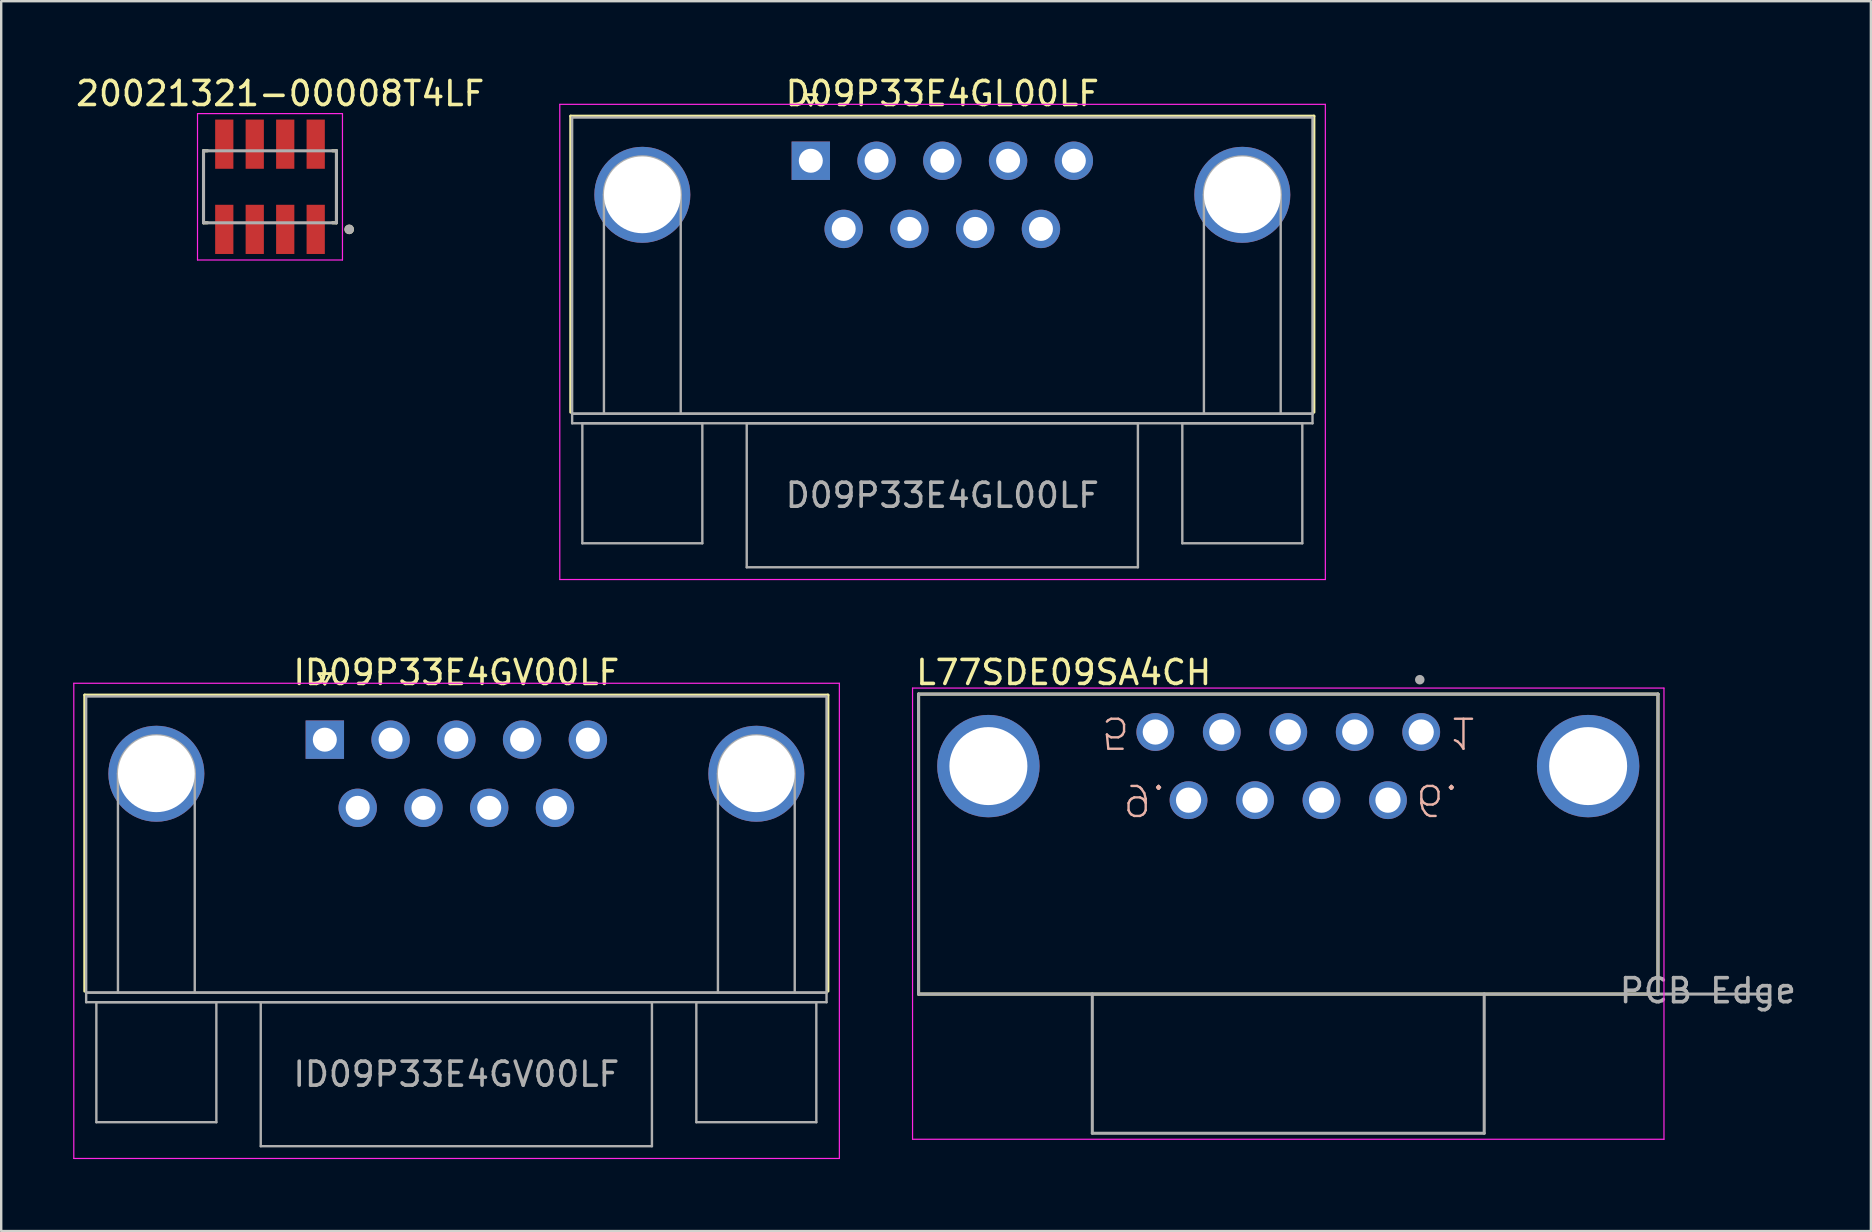
<source format=kicad_pcb>
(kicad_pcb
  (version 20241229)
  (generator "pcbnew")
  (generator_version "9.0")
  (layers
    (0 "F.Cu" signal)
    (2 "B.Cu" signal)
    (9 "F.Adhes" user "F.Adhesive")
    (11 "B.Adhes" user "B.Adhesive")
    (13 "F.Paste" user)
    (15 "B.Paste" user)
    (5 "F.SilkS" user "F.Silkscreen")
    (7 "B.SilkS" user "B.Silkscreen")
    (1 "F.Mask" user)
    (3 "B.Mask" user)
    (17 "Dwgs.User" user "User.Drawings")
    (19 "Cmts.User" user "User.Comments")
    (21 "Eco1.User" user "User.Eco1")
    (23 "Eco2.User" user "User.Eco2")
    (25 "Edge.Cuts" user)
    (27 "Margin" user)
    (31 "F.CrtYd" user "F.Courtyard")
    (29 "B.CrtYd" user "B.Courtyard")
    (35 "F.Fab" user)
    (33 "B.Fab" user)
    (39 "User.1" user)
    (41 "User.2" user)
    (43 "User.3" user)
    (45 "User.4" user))
  (footprint "D09P33E4GL00LF"
    (layer "F.Cu")
    (at 30.735 3.648)
    (property "Reference" "D09P33E4GL00LF" (at 5.48 -2.8 0) (layer "F.SilkS") (effects (font (size 1 1) (thickness 0.15))))
    (attr through_hole)
    (fp_line (start -10.005 -1.86) (end 20.965 -1.86) (stroke (width 0.12) (type solid)) (layer "F.SilkS"))
    (fp_line (start -10.005 10.48) (end -10.005 -1.86) (stroke (width 0.12) (type solid)) (layer "F.SilkS"))
    (fp_line (start -0.25 -2.754) (end 0.25 -2.754) (stroke (width 0.12) (type solid)) (layer "F.SilkS"))
    (fp_line (start 0 -2.321) (end -0.25 -2.754) (stroke (width 0.12) (type solid)) (layer "F.SilkS"))
    (fp_line (start 0.25 -2.754) (end 0 -2.321) (stroke (width 0.12) (type solid)) (layer "F.SilkS"))
    (fp_line (start 20.965 -1.86) (end 20.965 10.48) (stroke (width 0.12) (type solid)) (layer "F.SilkS"))
    (fp_line (start -10.46 -2.35) (end -10.46 17.45) (stroke (width 0.05) (type solid)) (layer "F.CrtYd"))
    (fp_line (start -10.46 17.45) (end 21.44 17.45) (stroke (width 0.05) (type solid)) (layer "F.CrtYd"))
    (fp_line (start 21.44 -2.35) (end -10.46 -2.35) (stroke (width 0.05) (type solid)) (layer "F.CrtYd"))
    (fp_line (start 21.44 17.45) (end 21.44 -2.35) (stroke (width 0.05) (type solid)) (layer "F.CrtYd"))
    (fp_line (start -9.945 -1.8) (end -9.945 10.54) (stroke (width 0.1) (type solid)) (layer "F.Fab"))
    (fp_line (start -9.945 10.54) (end -9.945 10.94) (stroke (width 0.1) (type solid)) (layer "F.Fab"))
    (fp_line (start -9.945 10.54) (end 20.905 10.54) (stroke (width 0.1) (type solid)) (layer "F.Fab"))
    (fp_line (start -9.945 10.94) (end 20.905 10.94) (stroke (width 0.1) (type solid)) (layer "F.Fab"))
    (fp_line (start -9.52 10.94) (end -9.52 15.94) (stroke (width 0.1) (type solid)) (layer "F.Fab"))
    (fp_line (start -9.52 15.94) (end -4.52 15.94) (stroke (width 0.1) (type solid)) (layer "F.Fab"))
    (fp_line (start -8.62 10.54) (end -8.62 1.42) (stroke (width 0.1) (type solid)) (layer "F.Fab"))
    (fp_line (start -5.42 10.54) (end -5.42 1.42) (stroke (width 0.1) (type solid)) (layer "F.Fab"))
    (fp_line (start -4.52 10.94) (end -9.52 10.94) (stroke (width 0.1) (type solid)) (layer "F.Fab"))
    (fp_line (start -4.52 15.94) (end -4.52 10.94) (stroke (width 0.1) (type solid)) (layer "F.Fab"))
    (fp_line (start -2.67 10.94) (end -2.67 16.94) (stroke (width 0.1) (type solid)) (layer "F.Fab"))
    (fp_line (start -2.67 16.94) (end 13.63 16.94) (stroke (width 0.1) (type solid)) (layer "F.Fab"))
    (fp_line (start 13.63 10.94) (end -2.67 10.94) (stroke (width 0.1) (type solid)) (layer "F.Fab"))
    (fp_line (start 13.63 16.94) (end 13.63 10.94) (stroke (width 0.1) (type solid)) (layer "F.Fab"))
    (fp_line (start 15.48 10.94) (end 15.48 15.94) (stroke (width 0.1) (type solid)) (layer "F.Fab"))
    (fp_line (start 15.48 15.94) (end 20.48 15.94) (stroke (width 0.1) (type solid)) (layer "F.Fab"))
    (fp_line (start 16.38 10.54) (end 16.38 1.42) (stroke (width 0.1) (type solid)) (layer "F.Fab"))
    (fp_line (start 19.58 10.54) (end 19.58 1.42) (stroke (width 0.1) (type solid)) (layer "F.Fab"))
    (fp_line (start 20.48 10.94) (end 15.48 10.94) (stroke (width 0.1) (type solid)) (layer "F.Fab"))
    (fp_line (start 20.48 15.94) (end 20.48 10.94) (stroke (width 0.1) (type solid)) (layer "F.Fab"))
    (fp_line (start 20.905 -1.8) (end -9.945 -1.8) (stroke (width 0.1) (type solid)) (layer "F.Fab"))
    (fp_line (start 20.905 10.54) (end -9.945 10.54) (stroke (width 0.1) (type solid)) (layer "F.Fab"))
    (fp_line (start 20.905 10.54) (end 20.905 -1.8) (stroke (width 0.1) (type solid)) (layer "F.Fab"))
    (fp_line (start 20.905 10.94) (end 20.905 10.54) (stroke (width 0.1) (type solid)) (layer "F.Fab"))
    (fp_arc (start -8.62 1.42) (mid -7.02 -0.18) (end -5.42 1.42) (stroke (width 0.1) (type solid)) (layer "F.Fab"))
    (fp_arc (start 16.38 1.42) (mid 17.98 -0.18) (end 19.58 1.42) (stroke (width 0.1) (type solid)) (layer "F.Fab"))
    (fp_text user "${REFERENCE}" (at 5.48 13.94 0) (layer "F.Fab") (effects (font (size 1 1) (thickness 0.15))))
    (pad "0" thru_hole circle (at -7.02 1.42) (size 4 4) (drill 3.2) (layers "*.Cu" "*.Mask"))
    (pad "0" thru_hole circle (at 17.98 1.42) (size 4 4) (drill 3.2) (layers "*.Cu" "*.Mask"))
    (pad "1" thru_hole rect (at 0 0) (size 1.6 1.6) (drill 1) (layers "*.Cu" "*.Mask"))
    (pad "2" thru_hole circle (at 2.74 0) (size 1.6 1.6) (drill 1) (layers "*.Cu" "*.Mask"))
    (pad "3" thru_hole circle (at 5.48 0) (size 1.6 1.6) (drill 1) (layers "*.Cu" "*.Mask"))
    (pad "4" thru_hole circle (at 8.22 0) (size 1.6 1.6) (drill 1) (layers "*.Cu" "*.Mask"))
    (pad "5" thru_hole circle (at 10.96 0) (size 1.6 1.6) (drill 1) (layers "*.Cu" "*.Mask"))
    (pad "6" thru_hole circle (at 1.37 2.84) (size 1.6 1.6) (drill 1) (layers "*.Cu" "*.Mask"))
    (pad "7" thru_hole circle (at 4.11 2.84) (size 1.6 1.6) (drill 1) (layers "*.Cu" "*.Mask"))
    (pad "8" thru_hole circle (at 6.85 2.84) (size 1.6 1.6) (drill 1) (layers "*.Cu" "*.Mask"))
    (pad "9" thru_hole circle (at 9.59 2.84) (size 1.6 1.6) (drill 1) (layers "*.Cu" "*.Mask")))
  (footprint "ID09P33E4GV00LF"
    (layer "F.Cu")
    (at 15.965 27.771)
    (property "Reference" "ID09P33E4GV00LF" (at 0 -2.8 0) (layer "F.SilkS") (effects (font (size 1 1) (thickness 0.15))))
    (attr through_hole)
    (fp_line (start -15.485 -1.86) (end 15.485 -1.86) (stroke (width 0.12) (type solid)) (layer "F.SilkS"))
    (fp_line (start -15.485 10.48) (end -15.485 -1.86) (stroke (width 0.12) (type solid)) (layer "F.SilkS"))
    (fp_line (start -5.73 -2.754) (end -5.23 -2.754) (stroke (width 0.12) (type solid)) (layer "F.SilkS"))
    (fp_line (start -5.48 -2.321) (end -5.73 -2.754) (stroke (width 0.12) (type solid)) (layer "F.SilkS"))
    (fp_line (start -5.23 -2.754) (end -5.48 -2.321) (stroke (width 0.12) (type solid)) (layer "F.SilkS"))
    (fp_line (start 15.485 -1.86) (end 15.485 10.48) (stroke (width 0.12) (type solid)) (layer "F.SilkS"))
    (fp_line (start -15.94 -2.35) (end -15.94 17.45) (stroke (width 0.05) (type solid)) (layer "F.CrtYd"))
    (fp_line (start -15.94 17.45) (end 15.96 17.45) (stroke (width 0.05) (type solid)) (layer "F.CrtYd"))
    (fp_line (start 15.96 -2.35) (end -15.94 -2.35) (stroke (width 0.05) (type solid)) (layer "F.CrtYd"))
    (fp_line (start 15.96 17.45) (end 15.96 -2.35) (stroke (width 0.05) (type solid)) (layer "F.CrtYd"))
    (fp_line (start -15.425 -1.8) (end -15.425 10.54) (stroke (width 0.1) (type solid)) (layer "F.Fab"))
    (fp_line (start -15.425 10.54) (end -15.425 10.94) (stroke (width 0.1) (type solid)) (layer "F.Fab"))
    (fp_line (start -15.425 10.54) (end 15.425 10.54) (stroke (width 0.1) (type solid)) (layer "F.Fab"))
    (fp_line (start -15.425 10.94) (end 15.425 10.94) (stroke (width 0.1) (type solid)) (layer "F.Fab"))
    (fp_line (start -15 10.94) (end -15 15.94) (stroke (width 0.1) (type solid)) (layer "F.Fab"))
    (fp_line (start -15 15.94) (end -10 15.94) (stroke (width 0.1) (type solid)) (layer "F.Fab"))
    (fp_line (start -14.1 10.54) (end -14.1 1.42) (stroke (width 0.1) (type solid)) (layer "F.Fab"))
    (fp_line (start -10.9 10.54) (end -10.9 1.42) (stroke (width 0.1) (type solid)) (layer "F.Fab"))
    (fp_line (start -10 10.94) (end -15 10.94) (stroke (width 0.1) (type solid)) (layer "F.Fab"))
    (fp_line (start -10 15.94) (end -10 10.94) (stroke (width 0.1) (type solid)) (layer "F.Fab"))
    (fp_line (start -8.15 10.94) (end -8.15 16.94) (stroke (width 0.1) (type solid)) (layer "F.Fab"))
    (fp_line (start -8.15 16.94) (end 8.15 16.94) (stroke (width 0.1) (type solid)) (layer "F.Fab"))
    (fp_line (start 8.15 10.94) (end -8.15 10.94) (stroke (width 0.1) (type solid)) (layer "F.Fab"))
    (fp_line (start 8.15 16.94) (end 8.15 10.94) (stroke (width 0.1) (type solid)) (layer "F.Fab"))
    (fp_line (start 10 10.94) (end 10 15.94) (stroke (width 0.1) (type solid)) (layer "F.Fab"))
    (fp_line (start 10 15.94) (end 15 15.94) (stroke (width 0.1) (type solid)) (layer "F.Fab"))
    (fp_line (start 10.9 10.54) (end 10.9 1.42) (stroke (width 0.1) (type solid)) (layer "F.Fab"))
    (fp_line (start 14.1 10.54) (end 14.1 1.42) (stroke (width 0.1) (type solid)) (layer "F.Fab"))
    (fp_line (start 15 10.94) (end 10 10.94) (stroke (width 0.1) (type solid)) (layer "F.Fab"))
    (fp_line (start 15 15.94) (end 15 10.94) (stroke (width 0.1) (type solid)) (layer "F.Fab"))
    (fp_line (start 15.425 -1.8) (end -15.425 -1.8) (stroke (width 0.1) (type solid)) (layer "F.Fab"))
    (fp_line (start 15.425 10.54) (end -15.425 10.54) (stroke (width 0.1) (type solid)) (layer "F.Fab"))
    (fp_line (start 15.425 10.54) (end 15.425 -1.8) (stroke (width 0.1) (type solid)) (layer "F.Fab"))
    (fp_line (start 15.425 10.94) (end 15.425 10.54) (stroke (width 0.1) (type solid)) (layer "F.Fab"))
    (fp_arc (start -14.1 1.42) (mid -12.5 -0.18) (end -10.9 1.42) (stroke (width 0.1) (type solid)) (layer "F.Fab"))
    (fp_arc (start 10.9 1.42) (mid 12.5 -0.18) (end 14.1 1.42) (stroke (width 0.1) (type solid)) (layer "F.Fab"))
    (fp_text user "${REFERENCE}" (at 0 13.94 0) (layer "F.Fab") (effects (font (size 1 1) (thickness 0.15))))
    (pad "0" thru_hole circle (at -12.5 1.42) (size 4 4) (drill 3.2) (layers "*.Cu" "*.Mask"))
    (pad "0" thru_hole circle (at 12.5 1.42) (size 4 4) (drill 3.2) (layers "*.Cu" "*.Mask"))
    (pad "1" thru_hole rect (at -5.48 0) (size 1.6 1.6) (drill 1) (layers "*.Cu" "*.Mask"))
    (pad "2" thru_hole circle (at -2.74 0) (size 1.6 1.6) (drill 1) (layers "*.Cu" "*.Mask"))
    (pad "3" thru_hole circle (at 0 0) (size 1.6 1.6) (drill 1) (layers "*.Cu" "*.Mask"))
    (pad "4" thru_hole circle (at 2.74 0) (size 1.6 1.6) (drill 1) (layers "*.Cu" "*.Mask"))
    (pad "5" thru_hole circle (at 5.48 0) (size 1.6 1.6) (drill 1) (layers "*.Cu" "*.Mask"))
    (pad "6" thru_hole circle (at -4.11 2.84) (size 1.6 1.6) (drill 1) (layers "*.Cu" "*.Mask"))
    (pad "7" thru_hole circle (at -1.37 2.84) (size 1.6 1.6) (drill 1) (layers "*.Cu" "*.Mask"))
    (pad "8" thru_hole circle (at 1.37 2.84) (size 1.6 1.6) (drill 1) (layers "*.Cu" "*.Mask"))
    (pad "9" thru_hole circle (at 4.11 2.84) (size 1.6 1.6) (drill 1) (layers "*.Cu" "*.Mask")))
  (footprint "L77SDE09SA4CH"
    (layer "F.Cu")
    (at 50.63 28.872)
    (property "Reference" "L77SDE09SA4CH" (at -15.6 -3.9 0) (layer "F.SilkS") (effects (font (size 1 1) (thickness 0.15)) (justify left)))
    (attr through_hole)
    (fp_line (start -15.405 -3) (end 15.405 -3) (stroke (width 0.127) (type solid)) (layer "F.SilkS"))
    (fp_line (start -15.405 9.5) (end -15.405 -3) (stroke (width 0.127) (type solid)) (layer "F.SilkS"))
    (fp_line (start -15.405 9.5) (end 15.405 9.5) (stroke (width 0.127) (type solid)) (layer "F.SilkS"))
    (fp_line (start 15.405 9.5) (end 15.405 -3) (stroke (width 0.127) (type solid)) (layer "F.SilkS"))
    (fp_line (start -15.655 -3.25) (end -15.655 15.55) (stroke (width 0.05) (type solid)) (layer "F.CrtYd"))
    (fp_line (start -15.655 15.55) (end 15.655 15.55) (stroke (width 0.05) (type solid)) (layer "F.CrtYd"))
    (fp_line (start 15.655 -3.25) (end -15.655 -3.25) (stroke (width 0.05) (type solid)) (layer "F.CrtYd"))
    (fp_line (start 15.655 15.55) (end 15.655 -3.25) (stroke (width 0.05) (type solid)) (layer "F.CrtYd"))
    (fp_line (start -15.405 -3) (end 15.405 -3) (stroke (width 0.127) (type solid)) (layer "F.Fab"))
    (fp_line (start -15.405 9.5) (end -15.405 -3) (stroke (width 0.127) (type solid)) (layer "F.Fab"))
    (fp_line (start -15.405 9.5) (end -8.165 9.5) (stroke (width 0.127) (type solid)) (layer "F.Fab"))
    (fp_line (start -8.165 9.5) (end -8.165 15.3) (stroke (width 0.127) (type solid)) (layer "F.Fab"))
    (fp_line (start -8.165 9.5) (end 8.165 9.5) (stroke (width 0.127) (type solid)) (layer "F.Fab"))
    (fp_line (start -8.165 15.3) (end 8.165 15.3) (stroke (width 0.127) (type solid)) (layer "F.Fab"))
    (fp_line (start 8.165 9.5) (end 15.405 9.5) (stroke (width 0.127) (type solid)) (layer "F.Fab"))
    (fp_line (start 8.165 15.3) (end 8.165 9.5) (stroke (width 0.127) (type solid)) (layer "F.Fab"))
    (fp_line (start 15.405 9.5) (end 15.405 -3) (stroke (width 0.127) (type solid)) (layer "F.Fab"))
    (fp_line (start 15.405 9.5) (end 20.025 9.5) (stroke (width 0.127) (type solid)) (layer "F.Fab"))
    (fp_circle (center 5.48 -3.6) (end 5.58 -3.6) (stroke (width 0.2) (type solid)) (fill no) (layer "F.Fab"))
    (fp_text user "6." (at 6.2 1.4 180) (unlocked yes) (layer "B.SilkS") (effects (font (size 1.25 1.25) (thickness 0.1)) (justify mirror)))
    (fp_text user "5" (at -7.2 -1.4 180) (unlocked yes) (layer "B.SilkS") (effects (font (size 1.25 1.25) (thickness 0.1)) (justify mirror)))
    (fp_text user "1" (at 7.3 -1.4 180) (unlocked yes) (layer "B.SilkS") (effects (font (size 1.25 1.25) (thickness 0.1)) (justify mirror)))
    (fp_text user "9." (at -6 1.4 180) (unlocked yes) (layer "B.SilkS") (effects (font (size 1.25 1.25) (thickness 0.1)) (justify mirror)))
    (fp_text user "PCB Edge" (at 17.485 9.36 0) (layer "F.Fab") (effects (font (size 1 1) (thickness 0.15))))
    (pad "0" thru_hole circle (at -12.495 0) (size 4.266 4.266) (drill 3.25) (layers "*.Cu" "*.Mask"))
    (pad "0" thru_hole circle (at 12.495 0) (size 4.266 4.266) (drill 3.25) (layers "*.Cu" "*.Mask"))
    (pad "1" thru_hole circle (at 5.54 -1.42) (size 1.575 1.575) (drill 1.05) (layers "*.Cu" "*.Mask"))
    (pad "2" thru_hole circle (at 2.77 -1.42) (size 1.575 1.575) (drill 1.05) (layers "*.Cu" "*.Mask"))
    (pad "3" thru_hole circle (at 0 -1.42) (size 1.575 1.575) (drill 1.05) (layers "*.Cu" "*.Mask"))
    (pad "4" thru_hole circle (at -2.77 -1.42) (size 1.575 1.575) (drill 1.05) (layers "*.Cu" "*.Mask"))
    (pad "5" thru_hole circle (at -5.54 -1.42) (size 1.575 1.575) (drill 1.05) (layers "*.Cu" "*.Mask"))
    (pad "6" thru_hole circle (at 4.155 1.42) (size 1.575 1.575) (drill 1.05) (layers "*.Cu" "*.Mask"))
    (pad "7" thru_hole circle (at 1.385 1.42) (size 1.575 1.575) (drill 1.05) (layers "*.Cu" "*.Mask"))
    (pad "8" thru_hole circle (at -1.385 1.42) (size 1.575 1.575) (drill 1.05) (layers "*.Cu" "*.Mask"))
    (pad "9" thru_hole circle (at -4.155 1.42) (size 1.575 1.575) (drill 1.05) (layers "*.Cu" "*.Mask")))
  (footprint "20021321-00008T4LF"
    (layer "F.Cu")
    (at 8.2 4.733)
    (property "Reference" "20021321-00008T4LF" (at 0.425 -3.885 0) (layer "F.SilkS") (effects (font (size 1 1) (thickness 0.15))))
    (attr smd)
    (fp_line (start -2.77 -1.5) (end -2.605 -1.5) (stroke (width 0.127) (type solid)) (layer "F.SilkS"))
    (fp_line (start -2.77 1.5) (end -2.77 -1.5) (stroke (width 0.127) (type solid)) (layer "F.SilkS"))
    (fp_line (start -2.605 1.5) (end -2.77 1.5) (stroke (width 0.127) (type solid)) (layer "F.SilkS"))
    (fp_line (start 2.605 -1.5) (end 2.77 -1.5) (stroke (width 0.127) (type solid)) (layer "F.SilkS"))
    (fp_line (start 2.605 1.5) (end 2.77 1.5) (stroke (width 0.127) (type solid)) (layer "F.SilkS"))
    (fp_line (start 2.77 -1.5) (end 2.77 1.5) (stroke (width 0.127) (type solid)) (layer "F.SilkS"))
    (fp_circle (center 3.3 1.775) (end 3.4 1.775) (stroke (width 0.2) (type solid)) (fill no) (layer "F.SilkS"))
    (fp_line (start -3.02 -3.05) (end 3.02 -3.05) (stroke (width 0.05) (type solid)) (layer "F.CrtYd"))
    (fp_line (start -3.02 3.05) (end -3.02 -3.05) (stroke (width 0.05) (type solid)) (layer "F.CrtYd"))
    (fp_line (start 3.02 -3.05) (end 3.02 3.05) (stroke (width 0.05) (type solid)) (layer "F.CrtYd"))
    (fp_line (start 3.02 3.05) (end -3.02 3.05) (stroke (width 0.05) (type solid)) (layer "F.CrtYd"))
    (fp_line (start -2.77 -1.5) (end 2.77 -1.5) (stroke (width 0.127) (type solid)) (layer "F.Fab"))
    (fp_line (start -2.77 1.5) (end -2.77 -1.5) (stroke (width 0.127) (type solid)) (layer "F.Fab"))
    (fp_line (start -2.77 1.5) (end 2.77 1.5) (stroke (width 0.127) (type solid)) (layer "F.Fab"))
    (fp_line (start 2.77 -1.5) (end 2.77 1.5) (stroke (width 0.127) (type solid)) (layer "F.Fab"))
    (fp_circle (center 3.3 1.775) (end 3.4 1.775) (stroke (width 0.2) (type solid)) (fill no) (layer "F.Fab"))
    (pad "1" smd rect (at 1.905 1.775) (size 0.76 2.05) (layers "F.Cu" "F.Mask" "F.Paste"))
    (pad "2" smd rect (at 1.905 -1.775) (size 0.76 2.05) (layers "F.Cu" "F.Mask" "F.Paste"))
    (pad "3" smd rect (at 0.635 1.775) (size 0.76 2.05) (layers "F.Cu" "F.Mask" "F.Paste"))
    (pad "4" smd rect (at 0.635 -1.775) (size 0.76 2.05) (layers "F.Cu" "F.Mask" "F.Paste"))
    (pad "5" smd rect (at -0.635 1.775) (size 0.76 2.05) (layers "F.Cu" "F.Mask" "F.Paste"))
    (pad "6" smd rect (at -0.635 -1.775) (size 0.76 2.05) (layers "F.Cu" "F.Mask" "F.Paste"))
    (pad "7" smd rect (at -1.905 1.775) (size 0.76 2.05) (layers "F.Cu" "F.Mask" "F.Paste"))
    (pad "8" smd rect (at -1.905 -1.775) (size 0.76 2.05) (layers "F.Cu" "F.Mask" "F.Paste")))
  (gr_rect
    (start -3 -3)
    (end 74.907 48.246)
    (stroke (width 0.1) (type default))
    (fill no)
    (layer "Edge.Cuts")))
</source>
